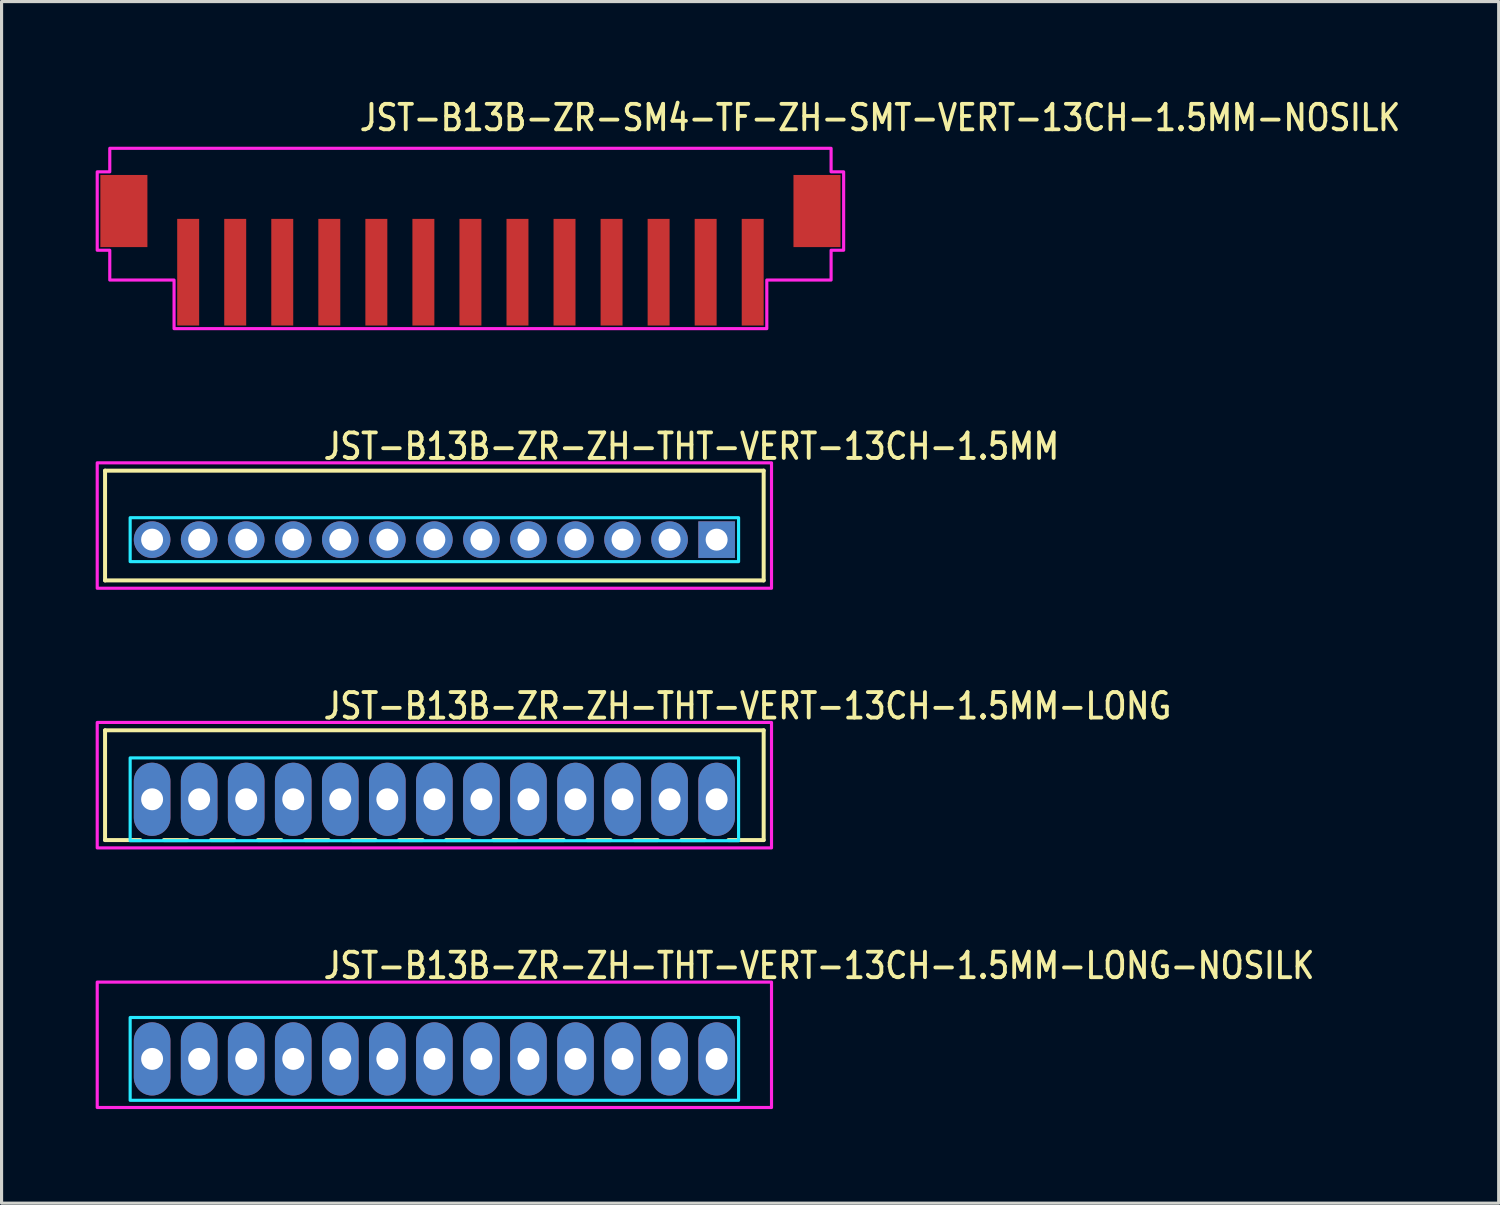
<source format=kicad_pcb>
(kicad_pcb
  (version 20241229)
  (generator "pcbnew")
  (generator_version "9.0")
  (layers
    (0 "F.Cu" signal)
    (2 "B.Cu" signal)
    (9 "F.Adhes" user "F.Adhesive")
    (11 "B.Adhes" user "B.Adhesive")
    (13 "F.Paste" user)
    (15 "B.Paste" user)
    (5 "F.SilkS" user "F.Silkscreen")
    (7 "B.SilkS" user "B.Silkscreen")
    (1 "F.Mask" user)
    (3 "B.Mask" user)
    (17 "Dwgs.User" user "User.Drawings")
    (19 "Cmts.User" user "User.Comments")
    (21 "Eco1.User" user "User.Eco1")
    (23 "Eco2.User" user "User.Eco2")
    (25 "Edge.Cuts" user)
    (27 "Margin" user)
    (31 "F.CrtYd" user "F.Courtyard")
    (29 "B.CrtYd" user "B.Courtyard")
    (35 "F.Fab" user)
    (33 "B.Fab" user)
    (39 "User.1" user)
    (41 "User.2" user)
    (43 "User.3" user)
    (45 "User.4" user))
  (footprint "JST-B13B-ZR-SM4-TF-ZH-SMT-VERT-13CH-1.5MM-NOSILK"
    (layer "F.Cu")
    (at 11.95 3.679)
    (property "Reference" "JST-B13B-ZR-SM4-TF-ZH-SMT-VERT-13CH-1.5MM-NOSILK" (at -3.6 -2.5 0) (unlocked yes) (layer "F.SilkS") (effects (font (size 0.813 0.695) (thickness 0.122)) (justify left bottom)))
    (fp_poly (pts (xy -11.5 -2) (xy -11.5 -1.25) (xy -11.9 -1.25) (xy -11.9 1.25) (xy -11.5 1.25) (xy -11.5 2.2) (xy -9.45 2.2) (xy -9.45 3.75) (xy 9.45 3.75) (xy 9.45 2.2) (xy 11.5 2.2) (xy 11.5 1.25) (xy 11.9 1.25) (xy 11.9 -1.25) (xy 11.5 -1.25) (xy 11.5 -2)) (stroke (width 0.1) (type solid)) (fill no) (layer "F.CrtYd"))
    (pad "P$1" smd rect (at -9 1.95) (size 0.7 3.4) (layers "F.Cu" "F.Mask" "F.Paste"))
    (pad "P$2" smd rect (at -7.5 1.95) (size 0.7 3.4) (layers "F.Cu" "F.Mask" "F.Paste"))
    (pad "P$3" smd rect (at -6 1.95) (size 0.7 3.4) (layers "F.Cu" "F.Mask" "F.Paste"))
    (pad "P$4" smd rect (at -4.5 1.95) (size 0.7 3.4) (layers "F.Cu" "F.Mask" "F.Paste"))
    (pad "P$5" smd rect (at -3 1.95) (size 0.7 3.4) (layers "F.Cu" "F.Mask" "F.Paste"))
    (pad "P$6" smd rect (at -1.5 1.95) (size 0.7 3.4) (layers "F.Cu" "F.Mask" "F.Paste"))
    (pad "P$7" smd rect (at 0 1.95) (size 0.7 3.4) (layers "F.Cu" "F.Mask" "F.Paste"))
    (pad "P$8" smd rect (at 1.5 1.95) (size 0.7 3.4) (layers "F.Cu" "F.Mask" "F.Paste"))
    (pad "P$9" smd rect (at 3 1.95) (size 0.7 3.4) (layers "F.Cu" "F.Mask" "F.Paste"))
    (pad "P$10" smd rect (at 4.5 1.95) (size 0.7 3.4) (layers "F.Cu" "F.Mask" "F.Paste"))
    (pad "P$11" smd rect (at 6 1.95) (size 0.7 3.4) (layers "F.Cu" "F.Mask" "F.Paste"))
    (pad "P$12" smd rect (at 7.5 1.95) (size 0.7 3.4) (layers "F.Cu" "F.Mask" "F.Paste"))
    (pad "P$13" smd rect (at 9 1.95) (size 0.7 3.4) (layers "F.Cu" "F.Mask" "F.Paste"))
    (pad "P$14" smd rect (at 11.05 0) (size 1.5 2.3) (layers "F.Cu" "F.Mask" "F.Paste"))
    (pad "P$15" smd rect (at -11.05 0) (size 1.5 2.3) (layers "F.Cu" "F.Mask" "F.Paste")))
  (footprint "JST-B13B-ZR-ZH-THT-VERT-13CH-1.5MM-LONG"
    (layer "F.Cu")
    (at 10.8 22.436)
    (property "Reference" "JST-B13B-ZR-ZH-THT-VERT-13CH-1.5MM-LONG" (at -3.6 -2.5 0) (unlocked yes) (layer "F.SilkS") (effects (font (size 0.813 0.695) (thickness 0.122)) (justify left bottom)))
    (fp_line (start -10.5 -2.2) (end 10.5 -2.2) (stroke (width 0.127) (type solid)) (layer "F.SilkS"))
    (fp_line (start -10.5 1.3) (end -10.5 -2.2) (stroke (width 0.127) (type solid)) (layer "F.SilkS"))
    (fp_line (start -10.5 1.3) (end -9.375 1.3) (stroke (width 0.127) (type solid)) (layer "F.SilkS"))
    (fp_line (start -8.625 1.3) (end -7.875 1.3) (stroke (width 0.127) (type solid)) (layer "F.SilkS"))
    (fp_line (start -7.125 1.3) (end -6.375 1.3) (stroke (width 0.127) (type solid)) (layer "F.SilkS"))
    (fp_line (start -5.625 1.3) (end -4.875 1.3) (stroke (width 0.127) (type solid)) (layer "F.SilkS"))
    (fp_line (start -4.125 1.3) (end -3.375 1.3) (stroke (width 0.127) (type solid)) (layer "F.SilkS"))
    (fp_line (start -2.625 1.3) (end -1.875 1.3) (stroke (width 0.127) (type solid)) (layer "F.SilkS"))
    (fp_line (start -1.125 1.3) (end -0.375 1.3) (stroke (width 0.127) (type solid)) (layer "F.SilkS"))
    (fp_line (start 0.375 1.3) (end 1.125 1.3) (stroke (width 0.127) (type solid)) (layer "F.SilkS"))
    (fp_line (start 1.875 1.3) (end 2.625 1.3) (stroke (width 0.127) (type solid)) (layer "F.SilkS"))
    (fp_line (start 3.375 1.3) (end 4.125 1.3) (stroke (width 0.127) (type solid)) (layer "F.SilkS"))
    (fp_line (start 4.875 1.3) (end 5.625 1.3) (stroke (width 0.127) (type solid)) (layer "F.SilkS"))
    (fp_line (start 6.375 1.3) (end 7.125 1.3) (stroke (width 0.127) (type solid)) (layer "F.SilkS"))
    (fp_line (start 7.875 1.3) (end 8.625 1.3) (stroke (width 0.127) (type solid)) (layer "F.SilkS"))
    (fp_line (start 9.375 1.3) (end 10.5 1.3) (stroke (width 0.127) (type solid)) (layer "F.SilkS"))
    (fp_line (start 10.5 -2.2) (end 10.5 1.3) (stroke (width 0.127) (type solid)) (layer "F.SilkS"))
    (fp_poly (pts (xy -9.7 -1.32) (xy -9.7 1.32) (xy 9.7 1.32) (xy 9.7 -1.32)) (stroke (width 0.1) (type solid)) (fill no) (layer "B.CrtYd"))
    (fp_poly (pts (xy -10.75 -2.45) (xy -10.75 1.55) (xy 10.75 1.55) (xy 10.75 -2.45)) (stroke (width 0.1) (type solid)) (fill no) (layer "F.CrtYd"))
    (pad "P$1" thru_hole oval (at 9 0 90) (size 2.333 1.167) (drill 0.7) (layers "*.Cu" "*.Mask"))
    (pad "P$2" thru_hole oval (at 7.5 0 90) (size 2.333 1.167) (drill 0.7) (layers "*.Cu" "*.Mask"))
    (pad "P$3" thru_hole oval (at 6 0 90) (size 2.333 1.167) (drill 0.7) (layers "*.Cu" "*.Mask"))
    (pad "P$4" thru_hole oval (at 4.5 0 90) (size 2.333 1.167) (drill 0.7) (layers "*.Cu" "*.Mask"))
    (pad "P$5" thru_hole oval (at 3 0 90) (size 2.333 1.167) (drill 0.7) (layers "*.Cu" "*.Mask"))
    (pad "P$6" thru_hole oval (at 1.5 0 90) (size 2.333 1.167) (drill 0.7) (layers "*.Cu" "*.Mask"))
    (pad "P$7" thru_hole oval (at 0 0 90) (size 2.333 1.167) (drill 0.7) (layers "*.Cu" "*.Mask"))
    (pad "P$8" thru_hole oval (at -1.5 0 90) (size 2.333 1.167) (drill 0.7) (layers "*.Cu" "*.Mask"))
    (pad "P$9" thru_hole oval (at -3 0 90) (size 2.333 1.167) (drill 0.7) (layers "*.Cu" "*.Mask"))
    (pad "P$10" thru_hole oval (at -4.5 0 90) (size 2.333 1.167) (drill 0.7) (layers "*.Cu" "*.Mask"))
    (pad "P$11" thru_hole oval (at -6 0 90) (size 2.333 1.167) (drill 0.7) (layers "*.Cu" "*.Mask"))
    (pad "P$12" thru_hole oval (at -7.5 0 90) (size 2.333 1.167) (drill 0.7) (layers "*.Cu" "*.Mask"))
    (pad "P$13" thru_hole oval (at -9 0 90) (size 2.333 1.167) (drill 0.7) (layers "*.Cu" "*.Mask")))
  (footprint "JST-B13B-ZR-ZH-THT-VERT-13CH-1.5MM-LONG-NOSILK"
    (layer "F.Cu")
    (at 10.8 30.714)
    (property "Reference" "JST-B13B-ZR-ZH-THT-VERT-13CH-1.5MM-LONG-NOSILK" (at -3.6 -2.5 0) (unlocked yes) (layer "F.SilkS") (effects (font (size 0.813 0.695) (thickness 0.122)) (justify left bottom)))
    (fp_poly (pts (xy -9.7 -1.32) (xy -9.7 1.32) (xy 9.7 1.32) (xy 9.7 -1.32)) (stroke (width 0.1) (type solid)) (fill no) (layer "B.CrtYd"))
    (fp_poly (pts (xy -10.75 -2.45) (xy -10.75 1.55) (xy 10.75 1.55) (xy 10.75 -2.45)) (stroke (width 0.1) (type solid)) (fill no) (layer "F.CrtYd"))
    (pad "P$1" thru_hole oval (at 9 0 90) (size 2.333 1.167) (drill 0.7) (layers "*.Cu" "*.Mask"))
    (pad "P$2" thru_hole oval (at 7.5 0 90) (size 2.333 1.167) (drill 0.7) (layers "*.Cu" "*.Mask"))
    (pad "P$3" thru_hole oval (at 6 0 90) (size 2.333 1.167) (drill 0.7) (layers "*.Cu" "*.Mask"))
    (pad "P$4" thru_hole oval (at 4.5 0 90) (size 2.333 1.167) (drill 0.7) (layers "*.Cu" "*.Mask"))
    (pad "P$5" thru_hole oval (at 3 0 90) (size 2.333 1.167) (drill 0.7) (layers "*.Cu" "*.Mask"))
    (pad "P$6" thru_hole oval (at 1.5 0 90) (size 2.333 1.167) (drill 0.7) (layers "*.Cu" "*.Mask"))
    (pad "P$7" thru_hole oval (at 0 0 90) (size 2.333 1.167) (drill 0.7) (layers "*.Cu" "*.Mask"))
    (pad "P$8" thru_hole oval (at -1.5 0 90) (size 2.333 1.167) (drill 0.7) (layers "*.Cu" "*.Mask"))
    (pad "P$9" thru_hole oval (at -3 0 90) (size 2.333 1.167) (drill 0.7) (layers "*.Cu" "*.Mask"))
    (pad "P$10" thru_hole oval (at -4.5 0 90) (size 2.333 1.167) (drill 0.7) (layers "*.Cu" "*.Mask"))
    (pad "P$11" thru_hole oval (at -6 0 90) (size 2.333 1.167) (drill 0.7) (layers "*.Cu" "*.Mask"))
    (pad "P$12" thru_hole oval (at -7.5 0 90) (size 2.333 1.167) (drill 0.7) (layers "*.Cu" "*.Mask"))
    (pad "P$13" thru_hole oval (at -9 0 90) (size 2.333 1.167) (drill 0.7) (layers "*.Cu" "*.Mask")))
  (footprint "JST-B13B-ZR-ZH-THT-VERT-13CH-1.5MM"
    (layer "F.Cu")
    (at 10.8 14.157)
    (property "Reference" "JST-B13B-ZR-ZH-THT-VERT-13CH-1.5MM" (at -3.6 -2.5 0) (unlocked yes) (layer "F.SilkS") (effects (font (size 0.813 0.695) (thickness 0.122)) (justify left bottom)))
    (fp_line (start -10.5 -2.2) (end 10.5 -2.2) (stroke (width 0.127) (type solid)) (layer "F.SilkS"))
    (fp_line (start -10.5 1.3) (end -10.5 -2.2) (stroke (width 0.127) (type solid)) (layer "F.SilkS"))
    (fp_line (start -10.5 1.3) (end 10.5 1.3) (stroke (width 0.127) (type solid)) (layer "F.SilkS"))
    (fp_line (start 10.5 -2.2) (end 10.5 1.3) (stroke (width 0.127) (type solid)) (layer "F.SilkS"))
    (fp_poly (pts (xy -9.7 -0.7) (xy -9.7 0.7) (xy 9.7 0.7) (xy 9.7 -0.7)) (stroke (width 0.1) (type solid)) (fill no) (layer "B.CrtYd"))
    (fp_poly (pts (xy -10.75 -2.45) (xy -10.75 1.55) (xy 10.75 1.55) (xy 10.75 -2.45)) (stroke (width 0.1) (type solid)) (fill no) (layer "F.CrtYd"))
    (pad "P$1" thru_hole rect (at 9 0) (size 1.167 1.167) (drill 0.7) (layers "*.Cu" "*.Mask"))
    (pad "P$2" thru_hole oval (at 7.5 0) (size 1.167 1.167) (drill 0.7) (layers "*.Cu" "*.Mask"))
    (pad "P$3" thru_hole oval (at 6 0) (size 1.167 1.167) (drill 0.7) (layers "*.Cu" "*.Mask"))
    (pad "P$4" thru_hole oval (at 4.5 0) (size 1.167 1.167) (drill 0.7) (layers "*.Cu" "*.Mask"))
    (pad "P$5" thru_hole oval (at 3 0) (size 1.167 1.167) (drill 0.7) (layers "*.Cu" "*.Mask"))
    (pad "P$6" thru_hole oval (at 1.5 0) (size 1.167 1.167) (drill 0.7) (layers "*.Cu" "*.Mask"))
    (pad "P$7" thru_hole oval (at 0 0) (size 1.167 1.167) (drill 0.7) (layers "*.Cu" "*.Mask"))
    (pad "P$8" thru_hole oval (at -1.5 0) (size 1.167 1.167) (drill 0.7) (layers "*.Cu" "*.Mask"))
    (pad "P$9" thru_hole oval (at -3 0) (size 1.167 1.167) (drill 0.7) (layers "*.Cu" "*.Mask"))
    (pad "P$10" thru_hole oval (at -4.5 0) (size 1.167 1.167) (drill 0.7) (layers "*.Cu" "*.Mask"))
    (pad "P$11" thru_hole oval (at -6 0) (size 1.167 1.167) (drill 0.7) (layers "*.Cu" "*.Mask"))
    (pad "P$12" thru_hole oval (at -7.5 0) (size 1.167 1.167) (drill 0.7) (layers "*.Cu" "*.Mask"))
    (pad "P$13" thru_hole oval (at -9 0) (size 1.167 1.167) (drill 0.7) (layers "*.Cu" "*.Mask")))
  (gr_rect
    (start -3 -3)
    (end 44.736 35.314)
    (stroke (width 0.1) (type default))
    (fill no)
    (layer "Edge.Cuts")))
</source>
